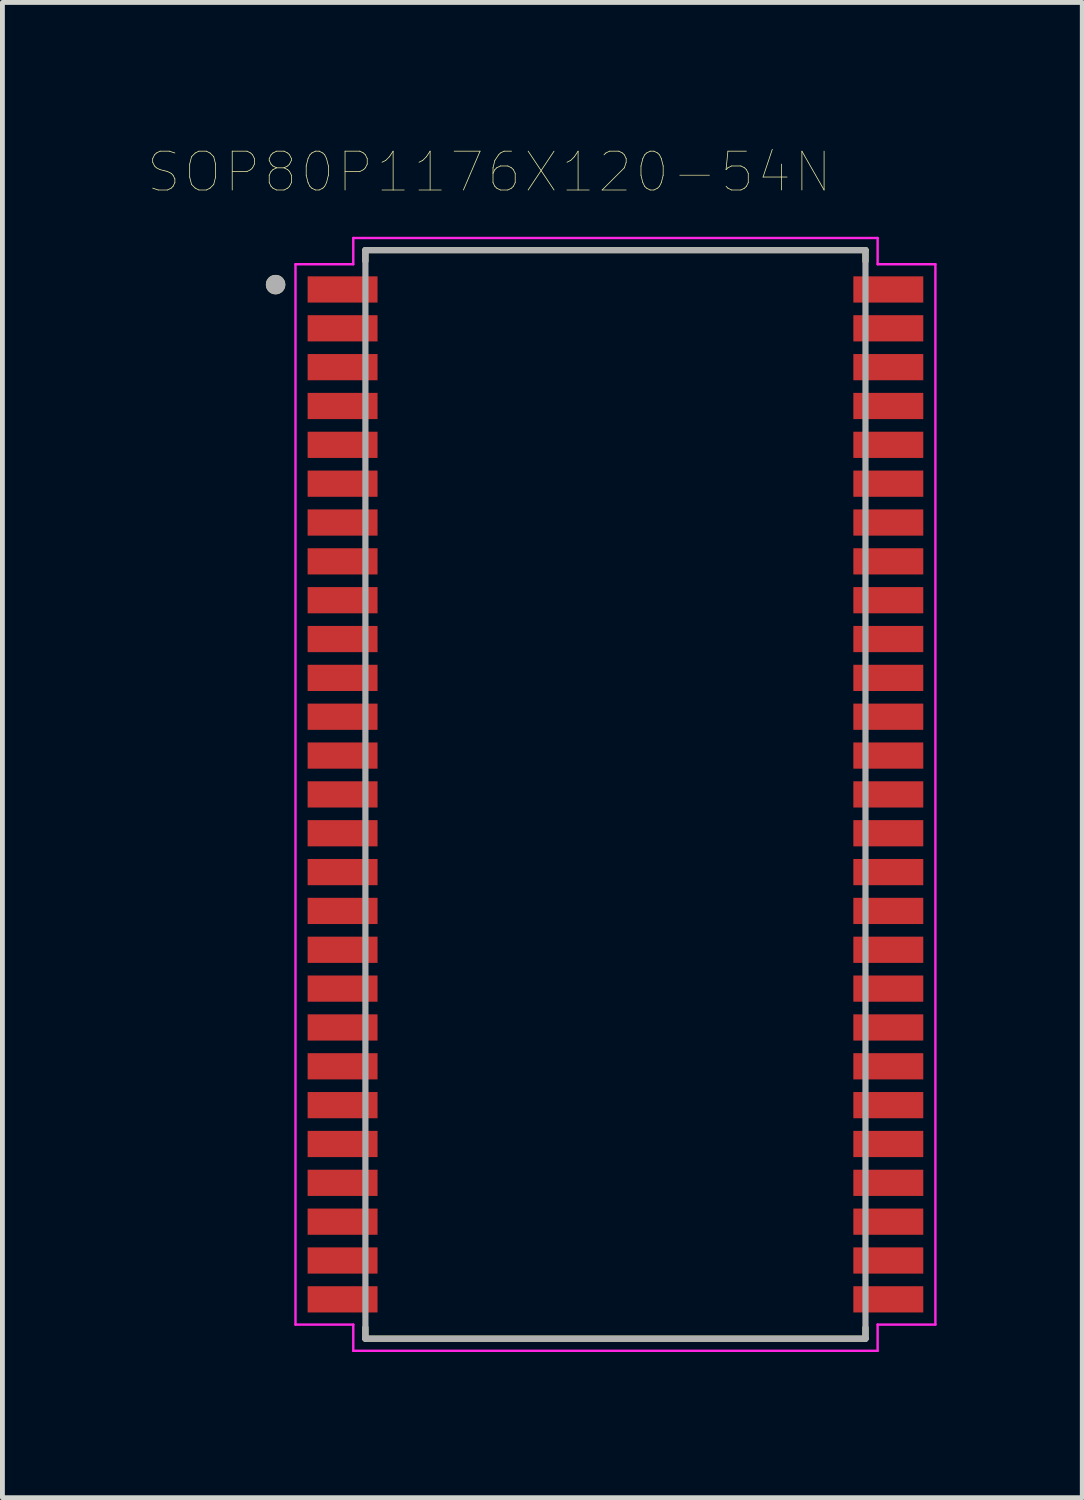
<source format=kicad_pcb>
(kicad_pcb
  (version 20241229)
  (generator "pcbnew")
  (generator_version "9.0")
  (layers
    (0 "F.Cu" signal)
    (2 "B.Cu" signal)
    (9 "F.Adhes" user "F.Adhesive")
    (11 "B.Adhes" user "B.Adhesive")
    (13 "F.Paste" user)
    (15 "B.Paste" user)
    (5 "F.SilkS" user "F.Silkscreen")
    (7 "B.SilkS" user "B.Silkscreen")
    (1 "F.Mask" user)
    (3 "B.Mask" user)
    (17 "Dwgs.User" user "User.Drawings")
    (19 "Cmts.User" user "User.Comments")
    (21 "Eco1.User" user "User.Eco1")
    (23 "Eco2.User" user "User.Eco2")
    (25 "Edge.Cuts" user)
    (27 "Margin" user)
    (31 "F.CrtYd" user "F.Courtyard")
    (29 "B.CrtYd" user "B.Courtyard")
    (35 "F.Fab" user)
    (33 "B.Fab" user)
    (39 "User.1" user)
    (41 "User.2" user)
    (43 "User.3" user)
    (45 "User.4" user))
  (footprint "SOP80P1176X120-54N"
    (layer "F.Cu")
    (at 9.626 13.312)
    (property "Reference" "SOP80P1176X120-54N" (at -2.598 -12.818 0) (layer "F.SilkS") (effects (font (size 0.8 0.8) (thickness 0.015))))
    (attr through_hole)
    (fp_line (start -5.15 -11.21) (end -5.15 -10.984) (stroke (width 0.127) (type solid)) (layer "F.SilkS"))
    (fp_line (start -5.15 11.21) (end -5.15 10.984) (stroke (width 0.127) (type solid)) (layer "F.SilkS"))
    (fp_line (start -5.15 11.21) (end 5.15 11.21) (stroke (width 0.127) (type solid)) (layer "F.SilkS"))
    (fp_line (start 5.15 -11.21) (end -5.15 -11.21) (stroke (width 0.127) (type solid)) (layer "F.SilkS"))
    (fp_line (start 5.15 -11.21) (end 5.15 -10.984) (stroke (width 0.127) (type solid)) (layer "F.SilkS"))
    (fp_line (start 5.15 11.21) (end 5.15 10.984) (stroke (width 0.127) (type solid)) (layer "F.SilkS"))
    (fp_circle (center -7 -10.5) (end -6.9 -10.5) (stroke (width 0.2) (type solid)) (fill no) (layer "F.SilkS"))
    (fp_line (start -6.59 -10.92) (end -6.59 10.92) (stroke (width 0.05) (type solid)) (layer "F.CrtYd"))
    (fp_line (start -5.4 -11.46) (end -5.4 -10.92) (stroke (width 0.05) (type solid)) (layer "F.CrtYd"))
    (fp_line (start -5.4 -11.46) (end 5.4 -11.46) (stroke (width 0.05) (type solid)) (layer "F.CrtYd"))
    (fp_line (start -5.4 -10.92) (end -6.59 -10.92) (stroke (width 0.05) (type solid)) (layer "F.CrtYd"))
    (fp_line (start -5.4 10.92) (end -6.59 10.92) (stroke (width 0.05) (type solid)) (layer "F.CrtYd"))
    (fp_line (start -5.4 11.46) (end -5.4 10.92) (stroke (width 0.05) (type solid)) (layer "F.CrtYd"))
    (fp_line (start -5.4 11.46) (end 5.4 11.46) (stroke (width 0.05) (type solid)) (layer "F.CrtYd"))
    (fp_line (start 5.4 -11.46) (end 5.4 -10.92) (stroke (width 0.05) (type solid)) (layer "F.CrtYd"))
    (fp_line (start 5.4 -10.92) (end 6.59 -10.92) (stroke (width 0.05) (type solid)) (layer "F.CrtYd"))
    (fp_line (start 5.4 10.92) (end 6.59 10.92) (stroke (width 0.05) (type solid)) (layer "F.CrtYd"))
    (fp_line (start 5.4 11.46) (end 5.4 10.92) (stroke (width 0.05) (type solid)) (layer "F.CrtYd"))
    (fp_line (start 6.59 -10.92) (end 6.59 10.92) (stroke (width 0.05) (type solid)) (layer "F.CrtYd"))
    (fp_line (start -5.15 -11.21) (end -5.15 11.21) (stroke (width 0.127) (type solid)) (layer "F.Fab"))
    (fp_line (start -5.15 11.21) (end 5.15 11.21) (stroke (width 0.127) (type solid)) (layer "F.Fab"))
    (fp_line (start 5.15 -11.21) (end -5.15 -11.21) (stroke (width 0.127) (type solid)) (layer "F.Fab"))
    (fp_line (start 5.15 11.21) (end 5.15 -11.21) (stroke (width 0.127) (type solid)) (layer "F.Fab"))
    (fp_circle (center -7 -10.5) (end -6.9 -10.5) (stroke (width 0.2) (type solid)) (fill no) (layer "F.Fab"))
    (pad "1" smd rect (at -5.62 -10.4) (size 1.44 0.54) (layers "F.Cu" "F.Mask" "F.Paste"))
    (pad "2" smd rect (at -5.62 -9.6) (size 1.44 0.54) (layers "F.Cu" "F.Mask" "F.Paste"))
    (pad "3" smd rect (at -5.62 -8.8) (size 1.44 0.54) (layers "F.Cu" "F.Mask" "F.Paste"))
    (pad "4" smd rect (at -5.62 -8) (size 1.44 0.54) (layers "F.Cu" "F.Mask" "F.Paste"))
    (pad "5" smd rect (at -5.62 -7.2) (size 1.44 0.54) (layers "F.Cu" "F.Mask" "F.Paste"))
    (pad "6" smd rect (at -5.62 -6.4) (size 1.44 0.54) (layers "F.Cu" "F.Mask" "F.Paste"))
    (pad "7" smd rect (at -5.62 -5.6) (size 1.44 0.54) (layers "F.Cu" "F.Mask" "F.Paste"))
    (pad "8" smd rect (at -5.62 -4.8) (size 1.44 0.54) (layers "F.Cu" "F.Mask" "F.Paste"))
    (pad "9" smd rect (at -5.62 -4) (size 1.44 0.54) (layers "F.Cu" "F.Mask" "F.Paste"))
    (pad "10" smd rect (at -5.62 -3.2) (size 1.44 0.54) (layers "F.Cu" "F.Mask" "F.Paste"))
    (pad "11" smd rect (at -5.62 -2.4) (size 1.44 0.54) (layers "F.Cu" "F.Mask" "F.Paste"))
    (pad "12" smd rect (at -5.62 -1.6) (size 1.44 0.54) (layers "F.Cu" "F.Mask" "F.Paste"))
    (pad "13" smd rect (at -5.62 -0.8) (size 1.44 0.54) (layers "F.Cu" "F.Mask" "F.Paste"))
    (pad "14" smd rect (at -5.62 0) (size 1.44 0.54) (layers "F.Cu" "F.Mask" "F.Paste"))
    (pad "15" smd rect (at -5.62 0.8) (size 1.44 0.54) (layers "F.Cu" "F.Mask" "F.Paste"))
    (pad "16" smd rect (at -5.62 1.6) (size 1.44 0.54) (layers "F.Cu" "F.Mask" "F.Paste"))
    (pad "17" smd rect (at -5.62 2.4) (size 1.44 0.54) (layers "F.Cu" "F.Mask" "F.Paste"))
    (pad "18" smd rect (at -5.62 3.2) (size 1.44 0.54) (layers "F.Cu" "F.Mask" "F.Paste"))
    (pad "19" smd rect (at -5.62 4) (size 1.44 0.54) (layers "F.Cu" "F.Mask" "F.Paste"))
    (pad "20" smd rect (at -5.62 4.8) (size 1.44 0.54) (layers "F.Cu" "F.Mask" "F.Paste"))
    (pad "21" smd rect (at -5.62 5.6) (size 1.44 0.54) (layers "F.Cu" "F.Mask" "F.Paste"))
    (pad "22" smd rect (at -5.62 6.4) (size 1.44 0.54) (layers "F.Cu" "F.Mask" "F.Paste"))
    (pad "23" smd rect (at -5.62 7.2) (size 1.44 0.54) (layers "F.Cu" "F.Mask" "F.Paste"))
    (pad "24" smd rect (at -5.62 8) (size 1.44 0.54) (layers "F.Cu" "F.Mask" "F.Paste"))
    (pad "25" smd rect (at -5.62 8.8) (size 1.44 0.54) (layers "F.Cu" "F.Mask" "F.Paste"))
    (pad "26" smd rect (at -5.62 9.6) (size 1.44 0.54) (layers "F.Cu" "F.Mask" "F.Paste"))
    (pad "27" smd rect (at -5.62 10.4) (size 1.44 0.54) (layers "F.Cu" "F.Mask" "F.Paste"))
    (pad "28" smd rect (at 5.62 10.4) (size 1.44 0.54) (layers "F.Cu" "F.Mask" "F.Paste"))
    (pad "29" smd rect (at 5.62 9.6) (size 1.44 0.54) (layers "F.Cu" "F.Mask" "F.Paste"))
    (pad "30" smd rect (at 5.62 8.8) (size 1.44 0.54) (layers "F.Cu" "F.Mask" "F.Paste"))
    (pad "31" smd rect (at 5.62 8) (size 1.44 0.54) (layers "F.Cu" "F.Mask" "F.Paste"))
    (pad "32" smd rect (at 5.62 7.2) (size 1.44 0.54) (layers "F.Cu" "F.Mask" "F.Paste"))
    (pad "33" smd rect (at 5.62 6.4) (size 1.44 0.54) (layers "F.Cu" "F.Mask" "F.Paste"))
    (pad "34" smd rect (at 5.62 5.6) (size 1.44 0.54) (layers "F.Cu" "F.Mask" "F.Paste"))
    (pad "35" smd rect (at 5.62 4.8) (size 1.44 0.54) (layers "F.Cu" "F.Mask" "F.Paste"))
    (pad "36" smd rect (at 5.62 4) (size 1.44 0.54) (layers "F.Cu" "F.Mask" "F.Paste"))
    (pad "37" smd rect (at 5.62 3.2) (size 1.44 0.54) (layers "F.Cu" "F.Mask" "F.Paste"))
    (pad "38" smd rect (at 5.62 2.4) (size 1.44 0.54) (layers "F.Cu" "F.Mask" "F.Paste"))
    (pad "39" smd rect (at 5.62 1.6) (size 1.44 0.54) (layers "F.Cu" "F.Mask" "F.Paste"))
    (pad "40" smd rect (at 5.62 0.8) (size 1.44 0.54) (layers "F.Cu" "F.Mask" "F.Paste"))
    (pad "41" smd rect (at 5.62 0) (size 1.44 0.54) (layers "F.Cu" "F.Mask" "F.Paste"))
    (pad "42" smd rect (at 5.62 -0.8) (size 1.44 0.54) (layers "F.Cu" "F.Mask" "F.Paste"))
    (pad "43" smd rect (at 5.62 -1.6) (size 1.44 0.54) (layers "F.Cu" "F.Mask" "F.Paste"))
    (pad "44" smd rect (at 5.62 -2.4) (size 1.44 0.54) (layers "F.Cu" "F.Mask" "F.Paste"))
    (pad "45" smd rect (at 5.62 -3.2) (size 1.44 0.54) (layers "F.Cu" "F.Mask" "F.Paste"))
    (pad "46" smd rect (at 5.62 -4) (size 1.44 0.54) (layers "F.Cu" "F.Mask" "F.Paste"))
    (pad "47" smd rect (at 5.62 -4.8) (size 1.44 0.54) (layers "F.Cu" "F.Mask" "F.Paste"))
    (pad "48" smd rect (at 5.62 -5.6) (size 1.44 0.54) (layers "F.Cu" "F.Mask" "F.Paste"))
    (pad "49" smd rect (at 5.62 -6.4) (size 1.44 0.54) (layers "F.Cu" "F.Mask" "F.Paste"))
    (pad "50" smd rect (at 5.62 -7.2) (size 1.44 0.54) (layers "F.Cu" "F.Mask" "F.Paste"))
    (pad "51" smd rect (at 5.62 -8) (size 1.44 0.54) (layers "F.Cu" "F.Mask" "F.Paste"))
    (pad "52" smd rect (at 5.62 -8.8) (size 1.44 0.54) (layers "F.Cu" "F.Mask" "F.Paste"))
    (pad "53" smd rect (at 5.62 -9.6) (size 1.44 0.54) (layers "F.Cu" "F.Mask" "F.Paste"))
    (pad "54" smd rect (at 5.62 -10.4) (size 1.44 0.54) (layers "F.Cu" "F.Mask" "F.Paste")))
  (gr_rect
    (start -3 -3)
    (end 19.241 27.797)
    (stroke (width 0.1) (type default))
    (fill no)
    (layer "Edge.Cuts")))
</source>
